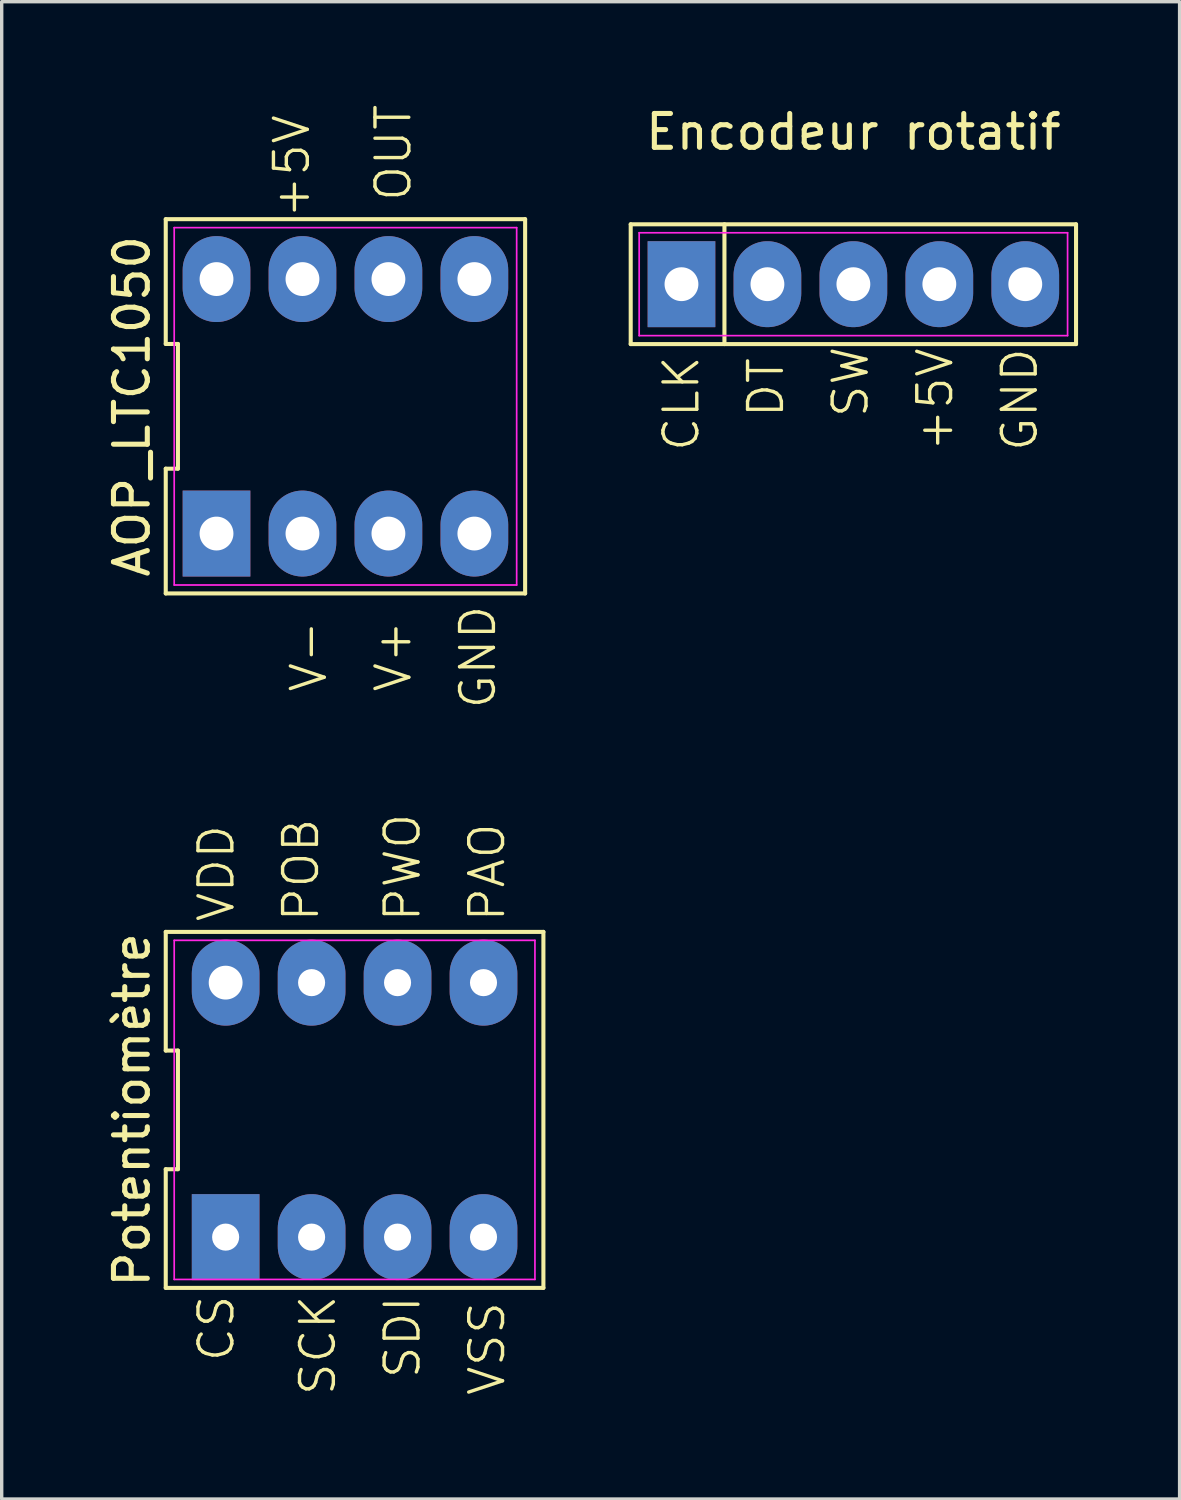
<source format=kicad_pcb>
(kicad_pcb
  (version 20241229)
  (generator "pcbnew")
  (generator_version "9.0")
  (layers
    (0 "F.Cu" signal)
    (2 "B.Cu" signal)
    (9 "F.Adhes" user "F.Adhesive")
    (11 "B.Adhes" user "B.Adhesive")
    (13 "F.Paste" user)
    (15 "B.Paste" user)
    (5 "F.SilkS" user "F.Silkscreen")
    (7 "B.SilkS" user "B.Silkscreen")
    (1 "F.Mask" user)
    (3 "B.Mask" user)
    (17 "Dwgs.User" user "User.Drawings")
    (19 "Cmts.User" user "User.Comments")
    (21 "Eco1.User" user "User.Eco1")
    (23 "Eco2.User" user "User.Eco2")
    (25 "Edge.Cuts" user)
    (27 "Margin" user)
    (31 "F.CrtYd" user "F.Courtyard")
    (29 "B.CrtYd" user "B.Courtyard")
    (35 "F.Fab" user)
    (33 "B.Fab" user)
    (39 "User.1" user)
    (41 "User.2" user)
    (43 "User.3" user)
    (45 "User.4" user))
  (footprint "Encodeur rotatif"
    (layer "F.Cu")
    (at 22.168 5.348)
    (property "Reference" "Encodeur rotatif" (at 0 -4.5 0) (layer "F.SilkS") (effects (font (size 1 1) (thickness 0.15))))
    (attr through_hole)
    (fp_line (start -6.58 -1.77) (end 6.58 -1.77) (stroke (width 0.12) (type default)) (layer "F.SilkS"))
    (fp_line (start -6.58 1.77) (end -6.58 -1.77) (stroke (width 0.12) (type default)) (layer "F.SilkS"))
    (fp_line (start -3.81 -1.77) (end -3.81 1.77) (stroke (width 0.12) (type default)) (layer "F.SilkS"))
    (fp_line (start 6.58 -1.77) (end 6.58 1.77) (stroke (width 0.12) (type default)) (layer "F.SilkS"))
    (fp_line (start 6.58 1.77) (end -6.58 1.77) (stroke (width 0.12) (type default)) (layer "F.SilkS"))
    (fp_line (start -6.33 -1.52) (end 6.33 -1.52) (stroke (width 0.05) (type default)) (layer "F.CrtYd"))
    (fp_line (start -6.33 1.52) (end -6.33 -1.52) (stroke (width 0.05) (type default)) (layer "F.CrtYd"))
    (fp_line (start 6.33 -1.52) (end 6.33 1.52) (stroke (width 0.05) (type default)) (layer "F.CrtYd"))
    (fp_line (start 6.33 1.52) (end -6.33 1.52) (stroke (width 0.05) (type default)) (layer "F.CrtYd"))
    (fp_text user "CLK" (at -4.5 5 90) (unlocked yes) (layer "F.SilkS") (effects (font (size 1 1) (thickness 0.1)) (justify left bottom)))
    (fp_text user "DT" (at -2 4 90) (unlocked yes) (layer "F.SilkS") (effects (font (size 1 1) (thickness 0.1)) (justify left bottom)))
    (fp_text user "GND" (at 5.5 5 90) (unlocked yes) (layer "F.SilkS") (effects (font (size 1 1) (thickness 0.1)) (justify left bottom)))
    (fp_text user "SW" (at 0.5 4 90) (unlocked yes) (layer "F.SilkS") (effects (font (size 1 1) (thickness 0.1)) (justify left bottom)))
    (fp_text user "+5V" (at 3 5 90) (unlocked yes) (layer "F.SilkS") (effects (font (size 1 1) (thickness 0.1)) (justify left bottom)))
    (pad "1" thru_hole rect (at -5.08 0) (size 2 2.54) (drill 1) (layers "*.Cu" "*.Mask"))
    (pad "2" thru_hole oval (at -2.54 0) (size 2 2.54) (drill 1) (layers "*.Cu" "*.Mask"))
    (pad "3" thru_hole oval (at 0 0) (size 2 2.54) (drill 1) (layers "*.Cu" "*.Mask"))
    (pad "4" thru_hole oval (at 2.54 0) (size 2 2.54) (drill 1) (layers "*.Cu" "*.Mask"))
    (pad "5" thru_hole oval (at 5.08 0) (size 2 2.54) (drill 1) (layers "*.Cu" "*.Mask")))
  (footprint "AOP_LTC1050"
    (layer "F.Cu")
    (at 7.158 8.957)
    (property "Reference" "AOP_LTC1050" (at -6.31 0 90) (layer "F.SilkS") (effects (font (size 1 1) (thickness 0.15))))
    (attr through_hole)
    (fp_line (start -5.31 -5.53) (end -5.31 -1.843) (stroke (width 0.12) (type default)) (layer "F.SilkS"))
    (fp_line (start -5.31 -1.843) (end -4.95 -1.843) (stroke (width 0.12) (type default)) (layer "F.SilkS"))
    (fp_line (start -5.31 1.843) (end -5.31 5.53) (stroke (width 0.12) (type default)) (layer "F.SilkS"))
    (fp_line (start -5.31 5.53) (end 5.31 5.53) (stroke (width 0.12) (type default)) (layer "F.SilkS"))
    (fp_line (start -4.95 -1.843) (end -4.95 1.843) (stroke (width 0.12) (type default)) (layer "F.SilkS"))
    (fp_line (start -4.95 1.843) (end -5.31 1.843) (stroke (width 0.12) (type default)) (layer "F.SilkS"))
    (fp_line (start 5.31 -5.53) (end -5.31 -5.53) (stroke (width 0.12) (type default)) (layer "F.SilkS"))
    (fp_line (start 5.31 5.53) (end 5.31 -5.53) (stroke (width 0.12) (type default)) (layer "F.SilkS"))
    (fp_line (start -5.06 -5.28) (end 5.06 -5.28) (stroke (width 0.05) (type default)) (layer "F.CrtYd"))
    (fp_line (start -5.06 5.28) (end -5.06 -5.28) (stroke (width 0.05) (type default)) (layer "F.CrtYd"))
    (fp_line (start 5.06 -5.28) (end 5.06 5.28) (stroke (width 0.05) (type default)) (layer "F.CrtYd"))
    (fp_line (start 5.06 5.28) (end -5.06 5.28) (stroke (width 0.05) (type default)) (layer "F.CrtYd"))
    (fp_text user "+5V" (at -1 -5.5 90) (unlocked yes) (layer "F.SilkS") (effects (font (size 1 1) (thickness 0.1)) (justify left bottom)))
    (fp_text user "OUT" (at 2 -6 90) (unlocked yes) (layer "F.SilkS") (effects (font (size 1 1) (thickness 0.1)) (justify left bottom)))
    (fp_text user "GND" (at 4.5 9 90) (unlocked yes) (layer "F.SilkS") (effects (font (size 1 1) (thickness 0.1)) (justify left bottom)))
    (fp_text user "V-" (at -0.5 8.5 90) (unlocked yes) (layer "F.SilkS") (effects (font (size 1 1) (thickness 0.1)) (justify left bottom)))
    (fp_text user "V+" (at 2 8.5 90) (unlocked yes) (layer "F.SilkS") (effects (font (size 1 1) (thickness 0.1)) (justify left bottom)))
    (pad "1" thru_hole rect (at -3.81 3.76) (size 2 2.54) (drill 1) (layers "*.Cu" "*.Mask"))
    (pad "2" thru_hole oval (at -1.27 3.76) (size 2 2.54) (drill 1) (layers "*.Cu" "*.Mask"))
    (pad "3" thru_hole oval (at 1.27 3.76) (size 2 2.54) (drill 1) (layers "*.Cu" "*.Mask"))
    (pad "4" thru_hole oval (at 3.81 3.76) (size 2 2.54) (drill 1) (layers "*.Cu" "*.Mask"))
    (pad "5" thru_hole oval (at 3.81 -3.76) (size 2 2.54) (drill 1) (layers "*.Cu" "*.Mask"))
    (pad "6" thru_hole oval (at 1.27 -3.76) (size 2 2.54) (drill 1) (layers "*.Cu" "*.Mask"))
    (pad "7" thru_hole oval (at -1.27 -3.76) (size 2 2.54) (drill 1) (layers "*.Cu" "*.Mask"))
    (pad "8" thru_hole oval (at -3.81 -3.76) (size 2 2.54) (drill 1) (layers "*.Cu" "*.Mask")))
  (footprint "Potentiomètre"
    (layer "F.Cu")
    (at 7.428 29.748)
    (property "Reference" "Potentiomètre" (at -6.58 0 90) (layer "F.SilkS") (effects (font (size 1 1) (thickness 0.15))))
    (attr through_hole)
    (fp_line (start -5.58 -5.26) (end -5.58 -1.753) (stroke (width 0.12) (type default)) (layer "F.SilkS"))
    (fp_line (start -5.58 -1.753) (end -5.22 -1.753) (stroke (width 0.12) (type default)) (layer "F.SilkS"))
    (fp_line (start -5.58 1.753) (end -5.58 5.26) (stroke (width 0.12) (type default)) (layer "F.SilkS"))
    (fp_line (start -5.58 5.26) (end 5.58 5.26) (stroke (width 0.12) (type default)) (layer "F.SilkS"))
    (fp_line (start -5.22 -1.753) (end -5.22 1.753) (stroke (width 0.12) (type default)) (layer "F.SilkS"))
    (fp_line (start -5.22 1.753) (end -5.58 1.753) (stroke (width 0.12) (type default)) (layer "F.SilkS"))
    (fp_line (start 5.58 -5.26) (end -5.58 -5.26) (stroke (width 0.12) (type default)) (layer "F.SilkS"))
    (fp_line (start 5.58 5.26) (end 5.58 -5.26) (stroke (width 0.12) (type default)) (layer "F.SilkS"))
    (fp_line (start -5.33 -5.01) (end 5.33 -5.01) (stroke (width 0.05) (type default)) (layer "F.CrtYd"))
    (fp_line (start -5.33 5.01) (end -5.33 -5.01) (stroke (width 0.05) (type default)) (layer "F.CrtYd"))
    (fp_line (start 5.33 -5.01) (end 5.33 5.01) (stroke (width 0.05) (type default)) (layer "F.CrtYd"))
    (fp_line (start 5.33 5.01) (end -5.33 5.01) (stroke (width 0.05) (type default)) (layer "F.CrtYd"))
    (fp_text user "SCK" (at -0.5 8.5 90) (unlocked yes) (layer "F.SilkS") (effects (font (size 1 1) (thickness 0.1)) (justify left bottom)))
    (fp_text user "PWO" (at 2 -5.5 90) (unlocked yes) (layer "F.SilkS") (effects (font (size 1 1) (thickness 0.1)) (justify left bottom)))
    (fp_text user "CS" (at -3.5 7.5 90) (unlocked yes) (layer "F.SilkS") (effects (font (size 1 1) (thickness 0.1)) (justify left bottom)))
    (fp_text user "POB" (at -1 -5.5 90) (unlocked yes) (layer "F.SilkS") (effects (font (size 1 1) (thickness 0.1)) (justify left bottom)))
    (fp_text user "VDD" (at -3.5 -5.5 90) (unlocked yes) (layer "F.SilkS") (effects (font (size 1 1) (thickness 0.1)) (justify left bottom)))
    (fp_text user "VSS" (at 4.5 8.5 90) (unlocked yes) (layer "F.SilkS") (effects (font (size 1 1) (thickness 0.1)) (justify left bottom)))
    (fp_text user "SDI" (at 2 8 90) (unlocked yes) (layer "F.SilkS") (effects (font (size 1 1) (thickness 0.1)) (justify left bottom)))
    (fp_text user "PAO" (at 4.5 -5.5 90) (unlocked yes) (layer "F.SilkS") (effects (font (size 1 1) (thickness 0.1)) (justify left bottom)))
    (pad "1" thru_hole rect (at -3.81 3.76) (size 2 2.54) (drill 0.8) (layers "*.Cu" "*.Mask"))
    (pad "2" thru_hole oval (at -1.27 3.76) (size 2 2.54) (drill 0.8) (layers "*.Cu" "*.Mask"))
    (pad "3" thru_hole oval (at 1.27 3.76) (size 2 2.54) (drill 0.8) (layers "*.Cu" "*.Mask"))
    (pad "4" thru_hole oval (at 3.81 3.76) (size 2 2.54) (drill 0.8) (layers "*.Cu" "*.Mask"))
    (pad "5" thru_hole oval (at 3.81 -3.76) (size 2 2.54) (drill 0.8) (layers "*.Cu" "*.Mask"))
    (pad "6" thru_hole oval (at 1.27 -3.76) (size 2 2.54) (drill 0.8) (layers "*.Cu" "*.Mask"))
    (pad "7" thru_hole oval (at -1.27 -3.76) (size 2 2.54) (drill 0.8) (layers "*.Cu" "*.Mask"))
    (pad "8" thru_hole oval (at -3.81 -3.76) (size 2 2.54) (drill 1) (layers "*.Cu" "*.Mask")))
  (gr_rect
    (start -3 -3)
    (end 31.808 41.248)
    (stroke (width 0.1) (type default))
    (fill no)
    (layer "Edge.Cuts")))
</source>
